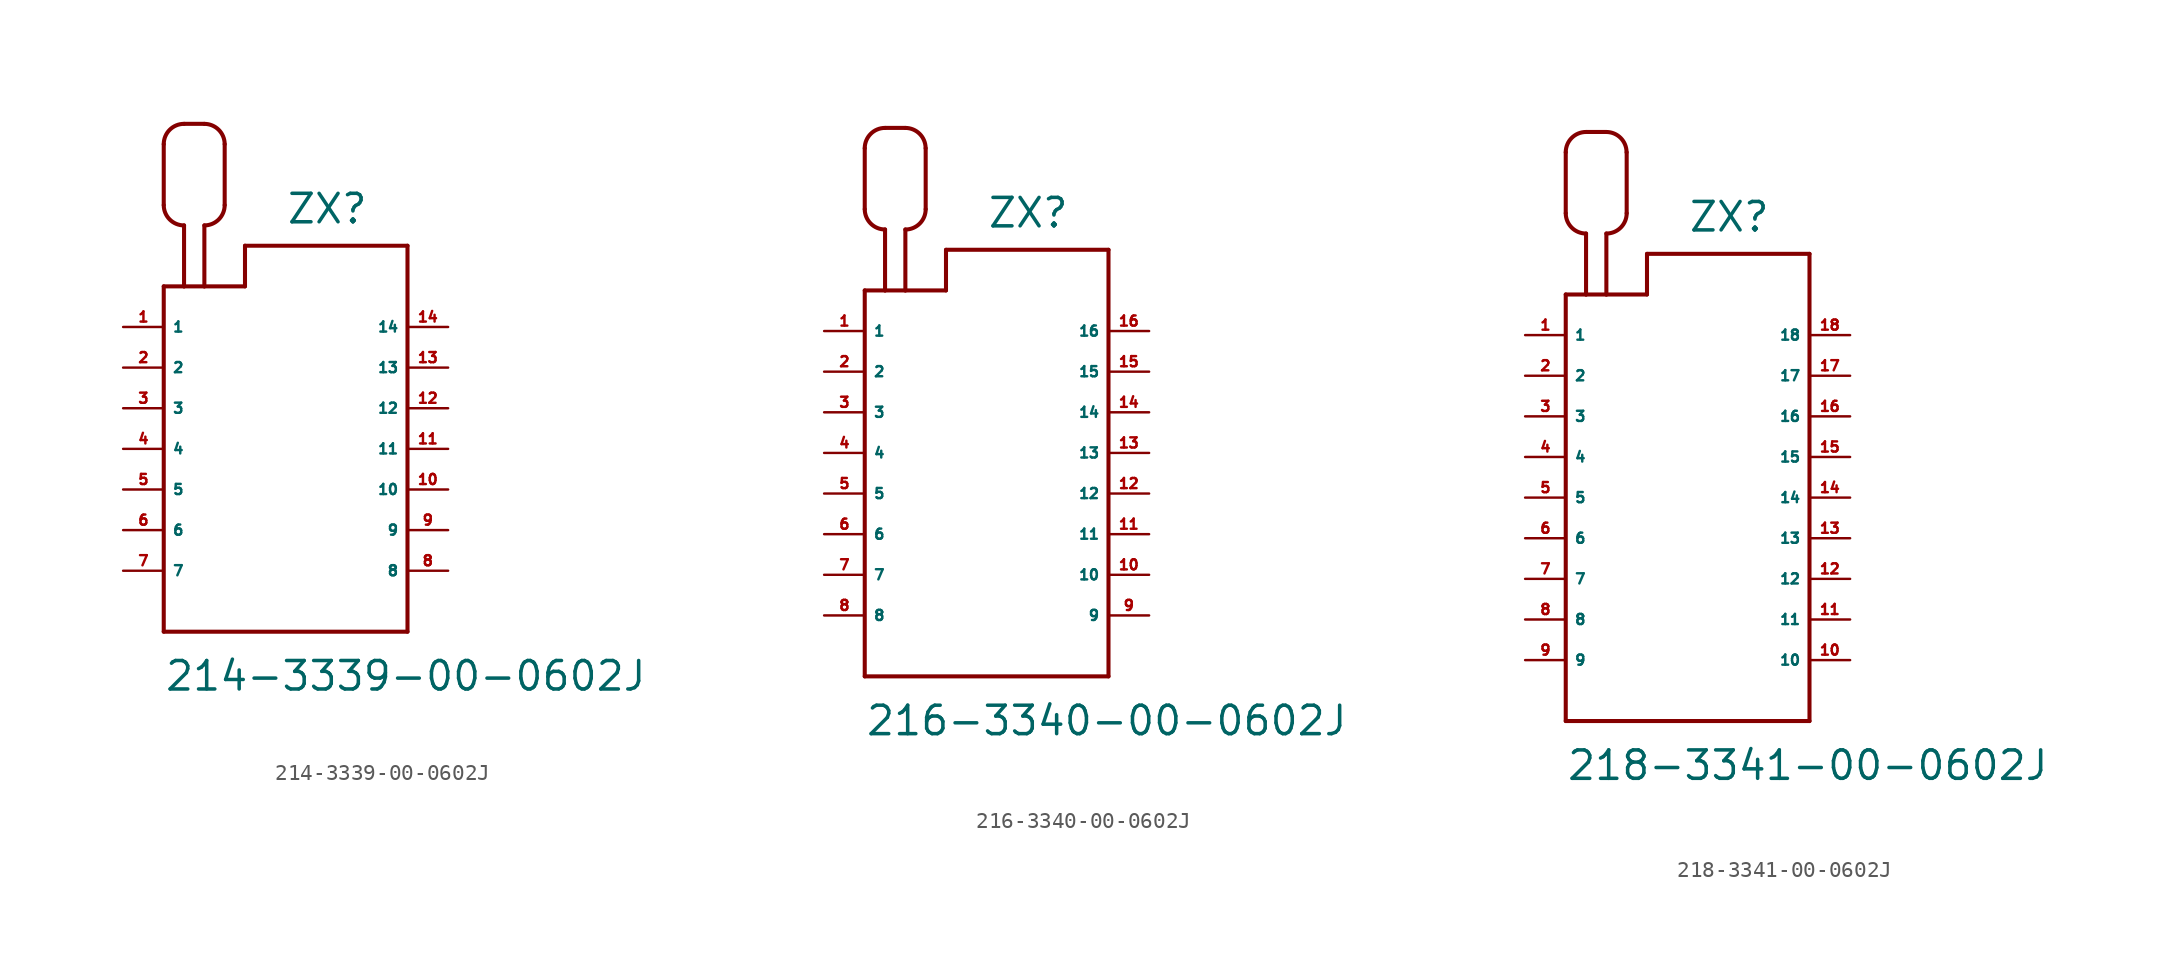
<source format=kicad_sym>
(kicad_symbol_lib
  (version 20220914)
  (generator Eagle2Kicad)
  (symbol "214-3339-00-0602J"
    (property "Reference" "ZX"
      (at 0 13.97 0)
      (effects (font (size 1.778 1.778) (thickness 0.22)) (justify left bottom)))
    (property "Value" "214-3339-00-0602J"
      (at -7.62 -15.24 0)
      (effects (font (size 1.778 1.778) (thickness 0.22)) (justify left bottom)))
    (polyline
      (pts (xy -7.62 10.16) (xy -7.62 -11.43))
      (stroke (width 0.254) (type default))
      (fill (type none)))
    (polyline
      (pts (xy -7.62 -11.43) (xy 7.62 -11.43))
      (stroke (width 0.254) (type default))
      (fill (type none)))
    (polyline
      (pts (xy 7.62 -11.43) (xy 7.62 12.7))
      (stroke (width 0.254) (type default))
      (fill (type none)))
    (polyline
      (pts (xy 7.62 12.7) (xy -2.54 12.7))
      (stroke (width 0.254) (type default))
      (fill (type none)))
    (polyline
      (pts (xy -2.54 12.7) (xy -2.54 10.16))
      (stroke (width 0.254) (type default))
      (fill (type none)))
    (polyline
      (pts (xy -2.54 10.16) (xy -5.08 10.16))
      (stroke (width 0.254) (type default))
      (fill (type none)))
    (polyline
      (pts (xy -5.08 10.16) (xy -6.35 10.16))
      (stroke (width 0.254) (type default))
      (fill (type none)))
    (polyline
      (pts (xy -6.35 10.16) (xy -7.62 10.16))
      (stroke (width 0.254) (type default))
      (fill (type none)))
    (polyline
      (pts (xy -6.35 10.16) (xy -6.35 13.97))
      (stroke (width 0.254) (type default))
      (fill (type none)))
    (arc
      (start -7.62 15.24)
      (mid -7.248 14.342)
      (end -6.35 13.97)
      (stroke (width 0.254) (type default))
      (fill (type none)))
    (polyline
      (pts (xy -7.62 15.24) (xy -7.62 19.05))
      (stroke (width 0.254) (type default))
      (fill (type none)))
    (arc
      (start -6.35 20.32)
      (mid -7.248 19.948)
      (end -7.62 19.05)
      (stroke (width 0.254) (type default))
      (fill (type none)))
    (polyline
      (pts (xy -6.35 20.32) (xy -5.08 20.32))
      (stroke (width 0.254) (type default))
      (fill (type none)))
    (arc
      (start -3.81 19.05)
      (mid -4.182 19.948)
      (end -5.08 20.32)
      (stroke (width 0.254) (type default))
      (fill (type none)))
    (polyline
      (pts (xy -3.81 19.05) (xy -3.81 15.24))
      (stroke (width 0.254) (type default))
      (fill (type none)))
    (arc
      (start -5.08 13.97)
      (mid -4.182 14.342)
      (end -3.81 15.24)
      (stroke (width 0.254) (type default))
      (fill (type none)))
    (polyline
      (pts (xy -5.08 13.97) (xy -5.08 10.16))
      (stroke (width 0.254) (type default))
      (fill (type none)))
    (pin passive line
      (at -10.16 7.62 0)
      (length 2.54)
      (name "1" (effects (font (size 0.635 0.635) (thickness 0.08)) (justify left bottom)))
      (number "1" (effects (font (size 0.635 0.635) (thickness 0.08)) (justify left bottom))))
    (pin passive line
      (at -10.16 5.08 0)
      (length 2.54)
      (name "2" (effects (font (size 0.635 0.635) (thickness 0.08)) (justify left bottom)))
      (number "2" (effects (font (size 0.635 0.635) (thickness 0.08)) (justify left bottom))))
    (pin passive line
      (at -10.16 2.54 0)
      (length 2.54)
      (name "3" (effects (font (size 0.635 0.635) (thickness 0.08)) (justify left bottom)))
      (number "3" (effects (font (size 0.635 0.635) (thickness 0.08)) (justify left bottom))))
    (pin passive line
      (at -10.16 0 0)
      (length 2.54)
      (name "4" (effects (font (size 0.635 0.635) (thickness 0.08)) (justify left bottom)))
      (number "4" (effects (font (size 0.635 0.635) (thickness 0.08)) (justify left bottom))))
    (pin passive line
      (at -10.16 -2.54 0)
      (length 2.54)
      (name "5" (effects (font (size 0.635 0.635) (thickness 0.08)) (justify left bottom)))
      (number "5" (effects (font (size 0.635 0.635) (thickness 0.08)) (justify left bottom))))
    (pin passive line
      (at -10.16 -5.08 0)
      (length 2.54)
      (name "6" (effects (font (size 0.635 0.635) (thickness 0.08)) (justify left bottom)))
      (number "6" (effects (font (size 0.635 0.635) (thickness 0.08)) (justify left bottom))))
    (pin passive line
      (at -10.16 -7.62 0)
      (length 2.54)
      (name "7" (effects (font (size 0.635 0.635) (thickness 0.08)) (justify left bottom)))
      (number "7" (effects (font (size 0.635 0.635) (thickness 0.08)) (justify left bottom))))
    (pin passive line
      (at 10.16 -7.62 180)
      (length 2.54)
      (name "8" (effects (font (size 0.635 0.635) (thickness 0.08)) (justify left bottom)))
      (number "8" (effects (font (size 0.635 0.635) (thickness 0.08)) (justify left bottom))))
    (pin passive line
      (at 10.16 -5.08 180)
      (length 2.54)
      (name "9" (effects (font (size 0.635 0.635) (thickness 0.08)) (justify left bottom)))
      (number "9" (effects (font (size 0.635 0.635) (thickness 0.08)) (justify left bottom))))
    (pin passive line
      (at 10.16 -2.54 180)
      (length 2.54)
      (name "10" (effects (font (size 0.635 0.635) (thickness 0.08)) (justify left bottom)))
      (number "10" (effects (font (size 0.635 0.635) (thickness 0.08)) (justify left bottom))))
    (pin passive line
      (at 10.16 0 180)
      (length 2.54)
      (name "11" (effects (font (size 0.635 0.635) (thickness 0.08)) (justify left bottom)))
      (number "11" (effects (font (size 0.635 0.635) (thickness 0.08)) (justify left bottom))))
    (pin passive line
      (at 10.16 2.54 180)
      (length 2.54)
      (name "12" (effects (font (size 0.635 0.635) (thickness 0.08)) (justify left bottom)))
      (number "12" (effects (font (size 0.635 0.635) (thickness 0.08)) (justify left bottom))))
    (pin passive line
      (at 10.16 5.08 180)
      (length 2.54)
      (name "13" (effects (font (size 0.635 0.635) (thickness 0.08)) (justify left bottom)))
      (number "13" (effects (font (size 0.635 0.635) (thickness 0.08)) (justify left bottom))))
    (pin passive line
      (at 10.16 7.62 180)
      (length 2.54)
      (name "14" (effects (font (size 0.635 0.635) (thickness 0.08)) (justify left bottom)))
      (number "14" (effects (font (size 0.635 0.635) (thickness 0.08)) (justify left bottom)))))
  (symbol "216-3340-00-0602J"
    (property "Reference" "ZX"
      (at 0 13.97 0)
      (effects (font (size 1.778 1.778) (thickness 0.22)) (justify left bottom)))
    (property "Value" "216-3340-00-0602J"
      (at -7.62 -17.78 0)
      (effects (font (size 1.778 1.778) (thickness 0.22)) (justify left bottom)))
    (polyline
      (pts (xy -7.62 10.16) (xy -7.62 -13.97))
      (stroke (width 0.254) (type default))
      (fill (type none)))
    (polyline
      (pts (xy -7.62 -13.97) (xy 7.62 -13.97))
      (stroke (width 0.254) (type default))
      (fill (type none)))
    (polyline
      (pts (xy 7.62 -13.97) (xy 7.62 12.7))
      (stroke (width 0.254) (type default))
      (fill (type none)))
    (polyline
      (pts (xy 7.62 12.7) (xy -2.54 12.7))
      (stroke (width 0.254) (type default))
      (fill (type none)))
    (polyline
      (pts (xy -2.54 12.7) (xy -2.54 10.16))
      (stroke (width 0.254) (type default))
      (fill (type none)))
    (polyline
      (pts (xy -2.54 10.16) (xy -5.08 10.16))
      (stroke (width 0.254) (type default))
      (fill (type none)))
    (polyline
      (pts (xy -5.08 10.16) (xy -6.35 10.16))
      (stroke (width 0.254) (type default))
      (fill (type none)))
    (polyline
      (pts (xy -6.35 10.16) (xy -7.62 10.16))
      (stroke (width 0.254) (type default))
      (fill (type none)))
    (polyline
      (pts (xy -6.35 10.16) (xy -6.35 13.97))
      (stroke (width 0.254) (type default))
      (fill (type none)))
    (arc
      (start -7.62 15.24)
      (mid -7.248 14.342)
      (end -6.35 13.97)
      (stroke (width 0.254) (type default))
      (fill (type none)))
    (polyline
      (pts (xy -7.62 15.24) (xy -7.62 19.05))
      (stroke (width 0.254) (type default))
      (fill (type none)))
    (arc
      (start -6.35 20.32)
      (mid -7.248 19.948)
      (end -7.62 19.05)
      (stroke (width 0.254) (type default))
      (fill (type none)))
    (polyline
      (pts (xy -6.35 20.32) (xy -5.08 20.32))
      (stroke (width 0.254) (type default))
      (fill (type none)))
    (arc
      (start -3.81 19.05)
      (mid -4.182 19.948)
      (end -5.08 20.32)
      (stroke (width 0.254) (type default))
      (fill (type none)))
    (polyline
      (pts (xy -3.81 19.05) (xy -3.81 15.24))
      (stroke (width 0.254) (type default))
      (fill (type none)))
    (arc
      (start -5.08 13.97)
      (mid -4.182 14.342)
      (end -3.81 15.24)
      (stroke (width 0.254) (type default))
      (fill (type none)))
    (polyline
      (pts (xy -5.08 13.97) (xy -5.08 10.16))
      (stroke (width 0.254) (type default))
      (fill (type none)))
    (pin passive line
      (at -10.16 7.62 0)
      (length 2.54)
      (name "1" (effects (font (size 0.635 0.635) (thickness 0.08)) (justify left bottom)))
      (number "1" (effects (font (size 0.635 0.635) (thickness 0.08)) (justify left bottom))))
    (pin passive line
      (at -10.16 5.08 0)
      (length 2.54)
      (name "2" (effects (font (size 0.635 0.635) (thickness 0.08)) (justify left bottom)))
      (number "2" (effects (font (size 0.635 0.635) (thickness 0.08)) (justify left bottom))))
    (pin passive line
      (at -10.16 2.54 0)
      (length 2.54)
      (name "3" (effects (font (size 0.635 0.635) (thickness 0.08)) (justify left bottom)))
      (number "3" (effects (font (size 0.635 0.635) (thickness 0.08)) (justify left bottom))))
    (pin passive line
      (at -10.16 0 0)
      (length 2.54)
      (name "4" (effects (font (size 0.635 0.635) (thickness 0.08)) (justify left bottom)))
      (number "4" (effects (font (size 0.635 0.635) (thickness 0.08)) (justify left bottom))))
    (pin passive line
      (at -10.16 -2.54 0)
      (length 2.54)
      (name "5" (effects (font (size 0.635 0.635) (thickness 0.08)) (justify left bottom)))
      (number "5" (effects (font (size 0.635 0.635) (thickness 0.08)) (justify left bottom))))
    (pin passive line
      (at -10.16 -5.08 0)
      (length 2.54)
      (name "6" (effects (font (size 0.635 0.635) (thickness 0.08)) (justify left bottom)))
      (number "6" (effects (font (size 0.635 0.635) (thickness 0.08)) (justify left bottom))))
    (pin passive line
      (at -10.16 -7.62 0)
      (length 2.54)
      (name "7" (effects (font (size 0.635 0.635) (thickness 0.08)) (justify left bottom)))
      (number "7" (effects (font (size 0.635 0.635) (thickness 0.08)) (justify left bottom))))
    (pin passive line
      (at -10.16 -10.16 0)
      (length 2.54)
      (name "8" (effects (font (size 0.635 0.635) (thickness 0.08)) (justify left bottom)))
      (number "8" (effects (font (size 0.635 0.635) (thickness 0.08)) (justify left bottom))))
    (pin passive line
      (at 10.16 -10.16 180)
      (length 2.54)
      (name "9" (effects (font (size 0.635 0.635) (thickness 0.08)) (justify left bottom)))
      (number "9" (effects (font (size 0.635 0.635) (thickness 0.08)) (justify left bottom))))
    (pin passive line
      (at 10.16 -7.62 180)
      (length 2.54)
      (name "10" (effects (font (size 0.635 0.635) (thickness 0.08)) (justify left bottom)))
      (number "10" (effects (font (size 0.635 0.635) (thickness 0.08)) (justify left bottom))))
    (pin passive line
      (at 10.16 -5.08 180)
      (length 2.54)
      (name "11" (effects (font (size 0.635 0.635) (thickness 0.08)) (justify left bottom)))
      (number "11" (effects (font (size 0.635 0.635) (thickness 0.08)) (justify left bottom))))
    (pin passive line
      (at 10.16 -2.54 180)
      (length 2.54)
      (name "12" (effects (font (size 0.635 0.635) (thickness 0.08)) (justify left bottom)))
      (number "12" (effects (font (size 0.635 0.635) (thickness 0.08)) (justify left bottom))))
    (pin passive line
      (at 10.16 0 180)
      (length 2.54)
      (name "13" (effects (font (size 0.635 0.635) (thickness 0.08)) (justify left bottom)))
      (number "13" (effects (font (size 0.635 0.635) (thickness 0.08)) (justify left bottom))))
    (pin passive line
      (at 10.16 2.54 180)
      (length 2.54)
      (name "14" (effects (font (size 0.635 0.635) (thickness 0.08)) (justify left bottom)))
      (number "14" (effects (font (size 0.635 0.635) (thickness 0.08)) (justify left bottom))))
    (pin passive line
      (at 10.16 5.08 180)
      (length 2.54)
      (name "15" (effects (font (size 0.635 0.635) (thickness 0.08)) (justify left bottom)))
      (number "15" (effects (font (size 0.635 0.635) (thickness 0.08)) (justify left bottom))))
    (pin passive line
      (at 10.16 7.62 180)
      (length 2.54)
      (name "16" (effects (font (size 0.635 0.635) (thickness 0.08)) (justify left bottom)))
      (number "16" (effects (font (size 0.635 0.635) (thickness 0.08)) (justify left bottom)))))
  (symbol "218-3341-00-0602J"
    (property "Reference" "ZX"
      (at 0 16.51 0)
      (effects (font (size 1.778 1.778) (thickness 0.22)) (justify left bottom)))
    (property "Value" "218-3341-00-0602J"
      (at -7.62 -17.78 0)
      (effects (font (size 1.778 1.778) (thickness 0.22)) (justify left bottom)))
    (polyline
      (pts (xy -7.62 12.7) (xy -7.62 -13.97))
      (stroke (width 0.254) (type default))
      (fill (type none)))
    (polyline
      (pts (xy -7.62 -13.97) (xy 7.62 -13.97))
      (stroke (width 0.254) (type default))
      (fill (type none)))
    (polyline
      (pts (xy 7.62 -13.97) (xy 7.62 15.24))
      (stroke (width 0.254) (type default))
      (fill (type none)))
    (polyline
      (pts (xy 7.62 15.24) (xy -2.54 15.24))
      (stroke (width 0.254) (type default))
      (fill (type none)))
    (polyline
      (pts (xy -2.54 15.24) (xy -2.54 12.7))
      (stroke (width 0.254) (type default))
      (fill (type none)))
    (polyline
      (pts (xy -2.54 12.7) (xy -5.08 12.7))
      (stroke (width 0.254) (type default))
      (fill (type none)))
    (polyline
      (pts (xy -5.08 12.7) (xy -6.35 12.7))
      (stroke (width 0.254) (type default))
      (fill (type none)))
    (polyline
      (pts (xy -6.35 12.7) (xy -7.62 12.7))
      (stroke (width 0.254) (type default))
      (fill (type none)))
    (polyline
      (pts (xy -6.35 12.7) (xy -6.35 16.51))
      (stroke (width 0.254) (type default))
      (fill (type none)))
    (arc
      (start -7.62 17.78)
      (mid -7.248 16.882)
      (end -6.35 16.51)
      (stroke (width 0.254) (type default))
      (fill (type none)))
    (polyline
      (pts (xy -7.62 17.78) (xy -7.62 21.59))
      (stroke (width 0.254) (type default))
      (fill (type none)))
    (arc
      (start -6.35 22.86)
      (mid -7.248 22.488)
      (end -7.62 21.59)
      (stroke (width 0.254) (type default))
      (fill (type none)))
    (polyline
      (pts (xy -6.35 22.86) (xy -5.08 22.86))
      (stroke (width 0.254) (type default))
      (fill (type none)))
    (arc
      (start -3.81 21.59)
      (mid -4.182 22.488)
      (end -5.08 22.86)
      (stroke (width 0.254) (type default))
      (fill (type none)))
    (polyline
      (pts (xy -3.81 21.59) (xy -3.81 17.78))
      (stroke (width 0.254) (type default))
      (fill (type none)))
    (arc
      (start -5.08 16.51)
      (mid -4.182 16.882)
      (end -3.81 17.78)
      (stroke (width 0.254) (type default))
      (fill (type none)))
    (polyline
      (pts (xy -5.08 16.51) (xy -5.08 12.7))
      (stroke (width 0.254) (type default))
      (fill (type none)))
    (pin passive line
      (at -10.16 10.16 0)
      (length 2.54)
      (name "1" (effects (font (size 0.635 0.635) (thickness 0.08)) (justify left bottom)))
      (number "1" (effects (font (size 0.635 0.635) (thickness 0.08)) (justify left bottom))))
    (pin passive line
      (at -10.16 7.62 0)
      (length 2.54)
      (name "2" (effects (font (size 0.635 0.635) (thickness 0.08)) (justify left bottom)))
      (number "2" (effects (font (size 0.635 0.635) (thickness 0.08)) (justify left bottom))))
    (pin passive line
      (at -10.16 5.08 0)
      (length 2.54)
      (name "3" (effects (font (size 0.635 0.635) (thickness 0.08)) (justify left bottom)))
      (number "3" (effects (font (size 0.635 0.635) (thickness 0.08)) (justify left bottom))))
    (pin passive line
      (at -10.16 2.54 0)
      (length 2.54)
      (name "4" (effects (font (size 0.635 0.635) (thickness 0.08)) (justify left bottom)))
      (number "4" (effects (font (size 0.635 0.635) (thickness 0.08)) (justify left bottom))))
    (pin passive line
      (at -10.16 0 0)
      (length 2.54)
      (name "5" (effects (font (size 0.635 0.635) (thickness 0.08)) (justify left bottom)))
      (number "5" (effects (font (size 0.635 0.635) (thickness 0.08)) (justify left bottom))))
    (pin passive line
      (at -10.16 -2.54 0)
      (length 2.54)
      (name "6" (effects (font (size 0.635 0.635) (thickness 0.08)) (justify left bottom)))
      (number "6" (effects (font (size 0.635 0.635) (thickness 0.08)) (justify left bottom))))
    (pin passive line
      (at -10.16 -5.08 0)
      (length 2.54)
      (name "7" (effects (font (size 0.635 0.635) (thickness 0.08)) (justify left bottom)))
      (number "7" (effects (font (size 0.635 0.635) (thickness 0.08)) (justify left bottom))))
    (pin passive line
      (at -10.16 -7.62 0)
      (length 2.54)
      (name "8" (effects (font (size 0.635 0.635) (thickness 0.08)) (justify left bottom)))
      (number "8" (effects (font (size 0.635 0.635) (thickness 0.08)) (justify left bottom))))
    (pin passive line
      (at -10.16 -10.16 0)
      (length 2.54)
      (name "9" (effects (font (size 0.635 0.635) (thickness 0.08)) (justify left bottom)))
      (number "9" (effects (font (size 0.635 0.635) (thickness 0.08)) (justify left bottom))))
    (pin passive line
      (at 10.16 -10.16 180)
      (length 2.54)
      (name "10" (effects (font (size 0.635 0.635) (thickness 0.08)) (justify left bottom)))
      (number "10" (effects (font (size 0.635 0.635) (thickness 0.08)) (justify left bottom))))
    (pin passive line
      (at 10.16 -7.62 180)
      (length 2.54)
      (name "11" (effects (font (size 0.635 0.635) (thickness 0.08)) (justify left bottom)))
      (number "11" (effects (font (size 0.635 0.635) (thickness 0.08)) (justify left bottom))))
    (pin passive line
      (at 10.16 -5.08 180)
      (length 2.54)
      (name "12" (effects (font (size 0.635 0.635) (thickness 0.08)) (justify left bottom)))
      (number "12" (effects (font (size 0.635 0.635) (thickness 0.08)) (justify left bottom))))
    (pin passive line
      (at 10.16 -2.54 180)
      (length 2.54)
      (name "13" (effects (font (size 0.635 0.635) (thickness 0.08)) (justify left bottom)))
      (number "13" (effects (font (size 0.635 0.635) (thickness 0.08)) (justify left bottom))))
    (pin passive line
      (at 10.16 0 180)
      (length 2.54)
      (name "14" (effects (font (size 0.635 0.635) (thickness 0.08)) (justify left bottom)))
      (number "14" (effects (font (size 0.635 0.635) (thickness 0.08)) (justify left bottom))))
    (pin passive line
      (at 10.16 2.54 180)
      (length 2.54)
      (name "15" (effects (font (size 0.635 0.635) (thickness 0.08)) (justify left bottom)))
      (number "15" (effects (font (size 0.635 0.635) (thickness 0.08)) (justify left bottom))))
    (pin passive line
      (at 10.16 5.08 180)
      (length 2.54)
      (name "16" (effects (font (size 0.635 0.635) (thickness 0.08)) (justify left bottom)))
      (number "16" (effects (font (size 0.635 0.635) (thickness 0.08)) (justify left bottom))))
    (pin passive line
      (at 10.16 7.62 180)
      (length 2.54)
      (name "17" (effects (font (size 0.635 0.635) (thickness 0.08)) (justify left bottom)))
      (number "17" (effects (font (size 0.635 0.635) (thickness 0.08)) (justify left bottom))))
    (pin passive line
      (at 10.16 10.16 180)
      (length 2.54)
      (name "18" (effects (font (size 0.635 0.635) (thickness 0.08)) (justify left bottom)))
      (number "18" (effects (font (size 0.635 0.635) (thickness 0.08)) (justify left bottom))))))
</source>
